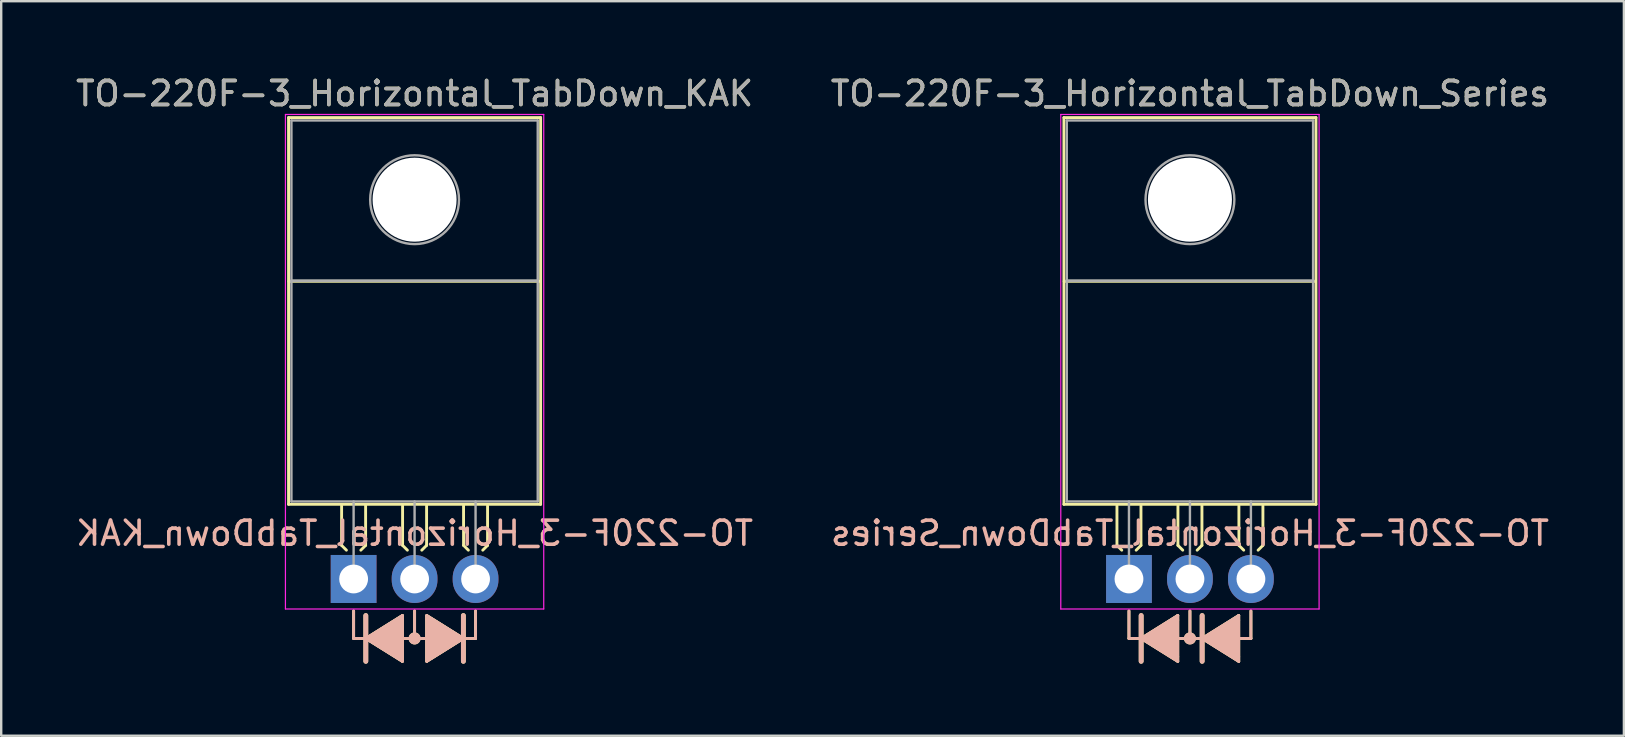
<source format=kicad_pcb>
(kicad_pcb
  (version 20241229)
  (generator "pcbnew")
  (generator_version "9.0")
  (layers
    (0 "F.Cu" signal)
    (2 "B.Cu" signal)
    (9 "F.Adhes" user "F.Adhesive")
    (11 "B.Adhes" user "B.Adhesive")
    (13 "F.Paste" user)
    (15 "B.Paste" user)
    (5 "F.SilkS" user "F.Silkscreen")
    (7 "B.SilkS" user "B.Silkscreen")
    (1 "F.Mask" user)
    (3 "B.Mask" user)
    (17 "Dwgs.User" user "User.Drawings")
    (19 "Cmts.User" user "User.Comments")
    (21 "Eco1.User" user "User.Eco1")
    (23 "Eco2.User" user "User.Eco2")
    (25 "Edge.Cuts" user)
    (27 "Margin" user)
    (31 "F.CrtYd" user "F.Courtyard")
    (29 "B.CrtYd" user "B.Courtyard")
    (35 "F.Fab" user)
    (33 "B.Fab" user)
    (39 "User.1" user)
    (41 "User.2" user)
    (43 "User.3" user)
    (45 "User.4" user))
  (footprint "TO-220F-3_Horizontal_TabDown_Series"
    (layer "F.Cu")
    (at 43.978 21.068)
    (property "Reference" "TO-220F-3_Horizontal_TabDown_Series" (at 2.54 -20.22 0) (layer "F.SilkS") (effects (font (size 1 1) (thickness 0.15))))
    (fp_line (start -2.71 -19.22) (end -2.71 -3.11) (stroke (width 0.12) (type solid)) (layer "F.SilkS"))
    (fp_line (start -2.71 -19.22) (end 7.79 -19.22) (stroke (width 0.12) (type solid)) (layer "F.SilkS"))
    (fp_line (start -2.71 -3.11) (end 7.79 -3.11) (stroke (width 0.12) (type solid)) (layer "F.SilkS"))
    (fp_line (start -2.7 -12.4) (end 7.75 -12.4) (stroke (width 0.12) (type solid)) (layer "F.SilkS"))
    (fp_line (start -0.5 -3.048) (end -0.5 -1.4) (stroke (width 0.12) (type solid)) (layer "F.SilkS"))
    (fp_line (start -0.5 -1.4) (end -0.3 -1.2) (stroke (width 0.12) (type solid)) (layer "F.SilkS"))
    (fp_line (start 0 1.333) (end 0 2.477) (stroke (width 0.12) (type solid)) (layer "F.SilkS"))
    (fp_line (start 0 2.477) (end 0.508 2.477) (stroke (width 0.12) (type solid)) (layer "F.SilkS"))
    (fp_line (start 0.5 -3.048) (end 0.5 -1.4) (stroke (width 0.12) (type solid)) (layer "F.SilkS"))
    (fp_line (start 0.5 -1.4) (end 0.3 -1.2) (stroke (width 0.12) (type solid)) (layer "F.SilkS"))
    (fp_line (start 0.508 1.524) (end 0.508 3.429) (stroke (width 0.2) (type solid)) (layer "F.SilkS"))
    (fp_line (start 0.508 2.477) (end 2.032 1.524) (stroke (width 0.12) (type solid)) (layer "F.SilkS"))
    (fp_line (start 0.508 2.477) (end 2.032 3.429) (stroke (width 0.12) (type solid)) (layer "F.SilkS"))
    (fp_line (start 2.032 1.714) (end 2.032 1.524) (stroke (width 0.12) (type solid)) (layer "F.SilkS"))
    (fp_line (start 2.032 3.239) (end 2.032 1.714) (stroke (width 0.12) (type solid)) (layer "F.SilkS"))
    (fp_line (start 2.032 3.239) (end 2.032 3.429) (stroke (width 0.12) (type solid)) (layer "F.SilkS"))
    (fp_line (start 2.04 -3.048) (end 2.04 -1.4) (stroke (width 0.12) (type solid)) (layer "F.SilkS"))
    (fp_line (start 2.04 -1.4) (end 2.24 -1.2) (stroke (width 0.12) (type solid)) (layer "F.SilkS"))
    (fp_line (start 2.54 1.333) (end 2.54 2.477) (stroke (width 0.12) (type solid)) (layer "F.SilkS"))
    (fp_line (start 2.54 2.477) (end 2.032 2.477) (stroke (width 0.12) (type solid)) (layer "F.SilkS"))
    (fp_line (start 2.54 2.477) (end 3.048 2.477) (stroke (width 0.12) (type solid)) (layer "F.SilkS"))
    (fp_line (start 3.04 -3.048) (end 3.04 -1.4) (stroke (width 0.12) (type solid)) (layer "F.SilkS"))
    (fp_line (start 3.04 -1.4) (end 2.84 -1.2) (stroke (width 0.12) (type solid)) (layer "F.SilkS"))
    (fp_line (start 3.048 1.524) (end 3.048 3.429) (stroke (width 0.2) (type solid)) (layer "F.SilkS"))
    (fp_line (start 3.048 2.477) (end 4.572 3.429) (stroke (width 0.12) (type solid)) (layer "F.SilkS"))
    (fp_line (start 4.572 1.524) (end 3.048 2.477) (stroke (width 0.12) (type solid)) (layer "F.SilkS"))
    (fp_line (start 4.572 3.429) (end 4.572 1.524) (stroke (width 0.12) (type solid)) (layer "F.SilkS"))
    (fp_line (start 4.58 -3.048) (end 4.58 -1.4) (stroke (width 0.12) (type solid)) (layer "F.SilkS"))
    (fp_line (start 4.58 -1.4) (end 4.78 -1.2) (stroke (width 0.12) (type solid)) (layer "F.SilkS"))
    (fp_line (start 5.08 1.333) (end 5.08 2.477) (stroke (width 0.12) (type solid)) (layer "F.SilkS"))
    (fp_line (start 5.08 2.477) (end 4.572 2.477) (stroke (width 0.12) (type solid)) (layer "F.SilkS"))
    (fp_line (start 5.58 -3.048) (end 5.58 -1.4) (stroke (width 0.12) (type solid)) (layer "F.SilkS"))
    (fp_line (start 5.58 -1.4) (end 5.38 -1.2) (stroke (width 0.12) (type solid)) (layer "F.SilkS"))
    (fp_line (start 7.79 -19.22) (end 7.79 -3.11) (stroke (width 0.12) (type solid)) (layer "F.SilkS"))
    (fp_circle (center 2.54 2.477) (end 2.54 2.54) (stroke (width 0.12) (type solid)) (fill no) (layer "F.SilkS"))
    (fp_circle (center 2.54 2.477) (end 2.54 2.603) (stroke (width 0.12) (type solid)) (fill no) (layer "F.SilkS"))
    (fp_circle (center 2.54 2.477) (end 2.54 2.667) (stroke (width 0.12) (type solid)) (fill no) (layer "F.SilkS"))
    (fp_poly (pts (xy 0.508 2.477) (xy 2.032 1.524) (xy 2.032 3.429)) (stroke (width 0.1) (type solid)) (fill yes) (layer "F.SilkS"))
    (fp_poly (pts (xy 4.572 3.429) (xy 3.048 2.477) (xy 4.572 1.524)) (stroke (width 0.1) (type solid)) (fill yes) (layer "F.SilkS"))
    (fp_line (start 0 1.333) (end 0 2.477) (stroke (width 0.12) (type solid)) (layer "B.SilkS"))
    (fp_line (start 0 2.477) (end 0.508 2.477) (stroke (width 0.12) (type solid)) (layer "B.SilkS"))
    (fp_line (start 0.508 2.477) (end 2.032 1.524) (stroke (width 0.12) (type solid)) (layer "B.SilkS"))
    (fp_line (start 0.508 3.429) (end 0.508 1.524) (stroke (width 0.2) (type solid)) (layer "B.SilkS"))
    (fp_line (start 2.032 1.524) (end 2.032 3.429) (stroke (width 0.12) (type solid)) (layer "B.SilkS"))
    (fp_line (start 2.032 3.429) (end 0.508 2.477) (stroke (width 0.12) (type solid)) (layer "B.SilkS"))
    (fp_line (start 2.54 1.333) (end 2.54 2.477) (stroke (width 0.12) (type solid)) (layer "B.SilkS"))
    (fp_line (start 2.54 2.477) (end 2.032 2.477) (stroke (width 0.12) (type solid)) (layer "B.SilkS"))
    (fp_line (start 2.54 2.477) (end 3.048 2.477) (stroke (width 0.12) (type solid)) (layer "B.SilkS"))
    (fp_line (start 3.048 2.477) (end 4.572 1.524) (stroke (width 0.12) (type solid)) (layer "B.SilkS"))
    (fp_line (start 3.048 2.477) (end 4.572 3.429) (stroke (width 0.12) (type solid)) (layer "B.SilkS"))
    (fp_line (start 3.048 3.429) (end 3.048 1.524) (stroke (width 0.2) (type solid)) (layer "B.SilkS"))
    (fp_line (start 4.572 1.714) (end 4.572 1.524) (stroke (width 0.12) (type solid)) (layer "B.SilkS"))
    (fp_line (start 4.572 1.714) (end 4.572 3.239) (stroke (width 0.12) (type solid)) (layer "B.SilkS"))
    (fp_line (start 4.572 3.239) (end 4.572 3.429) (stroke (width 0.12) (type solid)) (layer "B.SilkS"))
    (fp_line (start 5.08 1.333) (end 5.08 2.477) (stroke (width 0.12) (type solid)) (layer "B.SilkS"))
    (fp_line (start 5.08 2.477) (end 4.572 2.477) (stroke (width 0.12) (type solid)) (layer "B.SilkS"))
    (fp_circle (center 2.54 2.477) (end 2.54 2.54) (stroke (width 0.12) (type solid)) (fill no) (layer "B.SilkS"))
    (fp_circle (center 2.54 2.477) (end 2.54 2.603) (stroke (width 0.12) (type solid)) (fill no) (layer "B.SilkS"))
    (fp_circle (center 2.54 2.477) (end 2.54 2.667) (stroke (width 0.12) (type solid)) (fill no) (layer "B.SilkS"))
    (fp_poly (pts (xy 2.032 1.524) (xy 0.508 2.477) (xy 2.032 3.429)) (stroke (width 0.1) (type solid)) (fill yes) (layer "B.SilkS"))
    (fp_poly (pts (xy 3.048 2.477) (xy 4.572 3.429) (xy 4.572 1.524)) (stroke (width 0.1) (type solid)) (fill yes) (layer "B.SilkS"))
    (fp_line (start -2.84 -19.35) (end -2.84 1.25) (stroke (width 0.05) (type solid)) (layer "F.CrtYd"))
    (fp_line (start -2.84 1.25) (end 7.92 1.25) (stroke (width 0.05) (type solid)) (layer "F.CrtYd"))
    (fp_line (start 7.92 -19.35) (end -2.84 -19.35) (stroke (width 0.05) (type solid)) (layer "F.CrtYd"))
    (fp_line (start 7.92 1.25) (end 7.92 -19.35) (stroke (width 0.05) (type solid)) (layer "F.CrtYd"))
    (fp_line (start -2.59 -19.1) (end 7.67 -19.1) (stroke (width 0.1) (type solid)) (layer "F.Fab"))
    (fp_line (start -2.59 -12.42) (end -2.59 -19.1) (stroke (width 0.1) (type solid)) (layer "F.Fab"))
    (fp_line (start -2.59 -12.42) (end 7.67 -12.42) (stroke (width 0.1) (type solid)) (layer "F.Fab"))
    (fp_line (start -2.59 -3.23) (end -2.59 -12.42) (stroke (width 0.1) (type solid)) (layer "F.Fab"))
    (fp_line (start 0 -3.23) (end 0 0) (stroke (width 0.1) (type solid)) (layer "F.Fab"))
    (fp_line (start 2.54 -3.23) (end 2.54 0) (stroke (width 0.1) (type solid)) (layer "F.Fab"))
    (fp_line (start 5.08 -3.23) (end 5.08 0) (stroke (width 0.1) (type solid)) (layer "F.Fab"))
    (fp_line (start 7.67 -19.1) (end 7.67 -12.42) (stroke (width 0.1) (type solid)) (layer "F.Fab"))
    (fp_line (start 7.67 -12.42) (end -2.59 -12.42) (stroke (width 0.1) (type solid)) (layer "F.Fab"))
    (fp_line (start 7.67 -12.42) (end 7.67 -3.23) (stroke (width 0.1) (type solid)) (layer "F.Fab"))
    (fp_line (start 7.67 -3.23) (end -2.59 -3.23) (stroke (width 0.1) (type solid)) (layer "F.Fab"))
    (fp_circle (center 2.54 -15.8) (end 4.39 -15.8) (stroke (width 0.1) (type solid)) (fill no) (layer "F.Fab"))
    (fp_text user "${REFERENCE}" (at 2.54 -1.905 0) (layer "B.SilkS") (effects (font (size 1 1) (thickness 0.15)) (justify mirror)))
    (fp_text user "${REFERENCE}" (at 2.54 -20.22 0) (layer "F.Fab") (effects (font (size 1 1) (thickness 0.15))))
    (pad "" np_thru_hole oval (at 2.54 -15.8) (size 3.5 3.5) (drill 3.5) (layers "*.Cu" "*.Mask"))
    (pad "1" thru_hole rect (at 0 0) (size 1.905 2) (drill 1.2) (layers "*.Cu" "*.Mask"))
    (pad "2" thru_hole oval (at 2.54 0) (size 1.905 2) (drill 1.2) (layers "*.Cu" "*.Mask"))
    (pad "3" thru_hole oval (at 5.08 0) (size 1.905 2) (drill 1.2) (layers "*.Cu" "*.Mask")))
  (footprint "TO-220F-3_Horizontal_TabDown_KAK"
    (layer "F.Cu")
    (at 11.68 21.068)
    (property "Reference" "TO-220F-3_Horizontal_TabDown_KAK" (at 2.54 -20.22 0) (layer "F.SilkS") (effects (font (size 1 1) (thickness 0.15))))
    (fp_line (start -2.71 -19.22) (end -2.71 -3.11) (stroke (width 0.12) (type solid)) (layer "F.SilkS"))
    (fp_line (start -2.71 -19.22) (end 7.79 -19.22) (stroke (width 0.12) (type solid)) (layer "F.SilkS"))
    (fp_line (start -2.71 -3.11) (end 7.79 -3.11) (stroke (width 0.12) (type solid)) (layer "F.SilkS"))
    (fp_line (start -2.7 -12.4) (end 7.75 -12.4) (stroke (width 0.12) (type solid)) (layer "F.SilkS"))
    (fp_line (start -0.5 -3.048) (end -0.5 -1.4) (stroke (width 0.12) (type solid)) (layer "F.SilkS"))
    (fp_line (start -0.5 -1.4) (end -0.3 -1.2) (stroke (width 0.12) (type solid)) (layer "F.SilkS"))
    (fp_line (start 0 1.333) (end 0 2.477) (stroke (width 0.12) (type solid)) (layer "F.SilkS"))
    (fp_line (start 0 2.477) (end 0.508 2.477) (stroke (width 0.12) (type solid)) (layer "F.SilkS"))
    (fp_line (start 0.5 -3.048) (end 0.5 -1.4) (stroke (width 0.12) (type solid)) (layer "F.SilkS"))
    (fp_line (start 0.5 -1.4) (end 0.3 -1.2) (stroke (width 0.12) (type solid)) (layer "F.SilkS"))
    (fp_line (start 0.508 1.524) (end 0.508 3.429) (stroke (width 0.2) (type solid)) (layer "F.SilkS"))
    (fp_line (start 0.508 2.477) (end 2.032 1.524) (stroke (width 0.12) (type solid)) (layer "F.SilkS"))
    (fp_line (start 0.508 2.477) (end 2.032 3.429) (stroke (width 0.12) (type solid)) (layer "F.SilkS"))
    (fp_line (start 2.032 1.714) (end 2.032 1.524) (stroke (width 0.12) (type solid)) (layer "F.SilkS"))
    (fp_line (start 2.032 3.239) (end 2.032 1.714) (stroke (width 0.12) (type solid)) (layer "F.SilkS"))
    (fp_line (start 2.032 3.239) (end 2.032 3.429) (stroke (width 0.12) (type solid)) (layer "F.SilkS"))
    (fp_line (start 2.04 -3.048) (end 2.04 -1.4) (stroke (width 0.12) (type solid)) (layer "F.SilkS"))
    (fp_line (start 2.04 -1.4) (end 2.24 -1.2) (stroke (width 0.12) (type solid)) (layer "F.SilkS"))
    (fp_line (start 2.54 1.333) (end 2.54 2.477) (stroke (width 0.12) (type solid)) (layer "F.SilkS"))
    (fp_line (start 2.54 2.477) (end 2.032 2.477) (stroke (width 0.12) (type solid)) (layer "F.SilkS"))
    (fp_line (start 2.54 2.477) (end 3.048 2.477) (stroke (width 0.12) (type solid)) (layer "F.SilkS"))
    (fp_line (start 3.04 -3.048) (end 3.04 -1.4) (stroke (width 0.12) (type solid)) (layer "F.SilkS"))
    (fp_line (start 3.04 -1.4) (end 2.84 -1.2) (stroke (width 0.12) (type solid)) (layer "F.SilkS"))
    (fp_line (start 3.048 1.524) (end 3.048 3.429) (stroke (width 0.12) (type solid)) (layer "F.SilkS"))
    (fp_line (start 3.048 3.429) (end 4.572 2.477) (stroke (width 0.12) (type solid)) (layer "F.SilkS"))
    (fp_line (start 4.572 2.477) (end 3.048 1.524) (stroke (width 0.12) (type solid)) (layer "F.SilkS"))
    (fp_line (start 4.572 3.429) (end 4.572 1.524) (stroke (width 0.2) (type solid)) (layer "F.SilkS"))
    (fp_line (start 4.58 -3.048) (end 4.58 -1.4) (stroke (width 0.12) (type solid)) (layer "F.SilkS"))
    (fp_line (start 4.58 -1.4) (end 4.78 -1.2) (stroke (width 0.12) (type solid)) (layer "F.SilkS"))
    (fp_line (start 5.08 1.333) (end 5.08 2.477) (stroke (width 0.12) (type solid)) (layer "F.SilkS"))
    (fp_line (start 5.08 2.477) (end 4.572 2.477) (stroke (width 0.12) (type solid)) (layer "F.SilkS"))
    (fp_line (start 5.58 -3.048) (end 5.58 -1.4) (stroke (width 0.12) (type solid)) (layer "F.SilkS"))
    (fp_line (start 5.58 -1.4) (end 5.38 -1.2) (stroke (width 0.12) (type solid)) (layer "F.SilkS"))
    (fp_line (start 7.79 -19.22) (end 7.79 -3.11) (stroke (width 0.12) (type solid)) (layer "F.SilkS"))
    (fp_circle (center 2.54 2.477) (end 2.54 2.54) (stroke (width 0.12) (type solid)) (fill no) (layer "F.SilkS"))
    (fp_circle (center 2.54 2.477) (end 2.54 2.603) (stroke (width 0.12) (type solid)) (fill no) (layer "F.SilkS"))
    (fp_circle (center 2.54 2.477) (end 2.54 2.667) (stroke (width 0.12) (type solid)) (fill no) (layer "F.SilkS"))
    (fp_poly (pts (xy 0.508 2.477) (xy 2.032 1.524) (xy 2.032 3.429)) (stroke (width 0.1) (type solid)) (fill yes) (layer "F.SilkS"))
    (fp_poly (pts (xy 3.048 1.524) (xy 4.572 2.477) (xy 3.048 3.429)) (stroke (width 0.1) (type solid)) (fill yes) (layer "F.SilkS"))
    (fp_line (start 0 1.333) (end 0 2.477) (stroke (width 0.12) (type solid)) (layer "B.SilkS"))
    (fp_line (start 0 2.477) (end 0.508 2.477) (stroke (width 0.12) (type solid)) (layer "B.SilkS"))
    (fp_line (start 0.508 2.477) (end 2.032 1.524) (stroke (width 0.12) (type solid)) (layer "B.SilkS"))
    (fp_line (start 0.508 3.429) (end 0.508 1.524) (stroke (width 0.2) (type solid)) (layer "B.SilkS"))
    (fp_line (start 2.032 1.524) (end 2.032 3.429) (stroke (width 0.12) (type solid)) (layer "B.SilkS"))
    (fp_line (start 2.032 3.429) (end 0.508 2.477) (stroke (width 0.12) (type solid)) (layer "B.SilkS"))
    (fp_line (start 2.54 1.333) (end 2.54 2.477) (stroke (width 0.12) (type solid)) (layer "B.SilkS"))
    (fp_line (start 2.54 2.477) (end 2.032 2.477) (stroke (width 0.12) (type solid)) (layer "B.SilkS"))
    (fp_line (start 2.54 2.477) (end 3.048 2.477) (stroke (width 0.12) (type solid)) (layer "B.SilkS"))
    (fp_line (start 3.048 1.714) (end 3.048 1.524) (stroke (width 0.12) (type solid)) (layer "B.SilkS"))
    (fp_line (start 3.048 3.239) (end 3.048 1.714) (stroke (width 0.12) (type solid)) (layer "B.SilkS"))
    (fp_line (start 3.048 3.239) (end 3.048 3.429) (stroke (width 0.12) (type solid)) (layer "B.SilkS"))
    (fp_line (start 4.572 1.524) (end 4.572 3.429) (stroke (width 0.2) (type solid)) (layer "B.SilkS"))
    (fp_line (start 4.572 2.477) (end 3.048 1.524) (stroke (width 0.12) (type solid)) (layer "B.SilkS"))
    (fp_line (start 4.572 2.477) (end 3.048 3.429) (stroke (width 0.12) (type solid)) (layer "B.SilkS"))
    (fp_line (start 5.08 1.333) (end 5.08 2.477) (stroke (width 0.12) (type solid)) (layer "B.SilkS"))
    (fp_line (start 5.08 2.477) (end 4.572 2.477) (stroke (width 0.12) (type solid)) (layer "B.SilkS"))
    (fp_circle (center 2.54 2.477) (end 2.54 2.54) (stroke (width 0.12) (type solid)) (fill no) (layer "B.SilkS"))
    (fp_circle (center 2.54 2.477) (end 2.54 2.603) (stroke (width 0.12) (type solid)) (fill no) (layer "B.SilkS"))
    (fp_circle (center 2.54 2.477) (end 2.54 2.667) (stroke (width 0.12) (type solid)) (fill no) (layer "B.SilkS"))
    (fp_poly (pts (xy 2.032 1.524) (xy 0.508 2.477) (xy 2.032 3.429)) (stroke (width 0.1) (type solid)) (fill yes) (layer "B.SilkS"))
    (fp_poly (pts (xy 4.572 2.477) (xy 3.048 1.524) (xy 3.048 3.429)) (stroke (width 0.1) (type solid)) (fill yes) (layer "B.SilkS"))
    (fp_line (start -2.84 -19.35) (end -2.84 1.25) (stroke (width 0.05) (type solid)) (layer "F.CrtYd"))
    (fp_line (start -2.84 1.25) (end 7.92 1.25) (stroke (width 0.05) (type solid)) (layer "F.CrtYd"))
    (fp_line (start 7.92 -19.35) (end -2.84 -19.35) (stroke (width 0.05) (type solid)) (layer "F.CrtYd"))
    (fp_line (start 7.92 1.25) (end 7.92 -19.35) (stroke (width 0.05) (type solid)) (layer "F.CrtYd"))
    (fp_line (start -2.59 -19.1) (end 7.67 -19.1) (stroke (width 0.1) (type solid)) (layer "F.Fab"))
    (fp_line (start -2.59 -12.42) (end -2.59 -19.1) (stroke (width 0.1) (type solid)) (layer "F.Fab"))
    (fp_line (start -2.59 -12.42) (end 7.67 -12.42) (stroke (width 0.1) (type solid)) (layer "F.Fab"))
    (fp_line (start -2.59 -3.23) (end -2.59 -12.42) (stroke (width 0.1) (type solid)) (layer "F.Fab"))
    (fp_line (start 0 -3.23) (end 0 0) (stroke (width 0.1) (type solid)) (layer "F.Fab"))
    (fp_line (start 2.54 -3.23) (end 2.54 0) (stroke (width 0.1) (type solid)) (layer "F.Fab"))
    (fp_line (start 5.08 -3.23) (end 5.08 0) (stroke (width 0.1) (type solid)) (layer "F.Fab"))
    (fp_line (start 7.67 -19.1) (end 7.67 -12.42) (stroke (width 0.1) (type solid)) (layer "F.Fab"))
    (fp_line (start 7.67 -12.42) (end -2.59 -12.42) (stroke (width 0.1) (type solid)) (layer "F.Fab"))
    (fp_line (start 7.67 -12.42) (end 7.67 -3.23) (stroke (width 0.1) (type solid)) (layer "F.Fab"))
    (fp_line (start 7.67 -3.23) (end -2.59 -3.23) (stroke (width 0.1) (type solid)) (layer "F.Fab"))
    (fp_circle (center 2.54 -15.8) (end 4.39 -15.8) (stroke (width 0.1) (type solid)) (fill no) (layer "F.Fab"))
    (fp_text user "${REFERENCE}" (at 2.54 -1.905 0) (layer "B.SilkS") (effects (font (size 1 1) (thickness 0.15)) (justify mirror)))
    (fp_text user "${REFERENCE}" (at 2.54 -20.22 0) (layer "F.Fab") (effects (font (size 1 1) (thickness 0.15))))
    (pad "" np_thru_hole oval (at 2.54 -15.8) (size 3.5 3.5) (drill 3.5) (layers "*.Cu" "*.Mask"))
    (pad "1" thru_hole rect (at 0 0) (size 1.905 2) (drill 1.2) (layers "*.Cu" "*.Mask"))
    (pad "2" thru_hole oval (at 2.54 0) (size 1.905 2) (drill 1.2) (layers "*.Cu" "*.Mask"))
    (pad "3" thru_hole oval (at 5.08 0) (size 1.905 2) (drill 1.2) (layers "*.Cu" "*.Mask")))
  (gr_rect
    (start -3 -3)
    (end 64.595 27.597)
    (stroke (width 0.1) (type default))
    (fill no)
    (layer "Edge.Cuts")))
</source>
